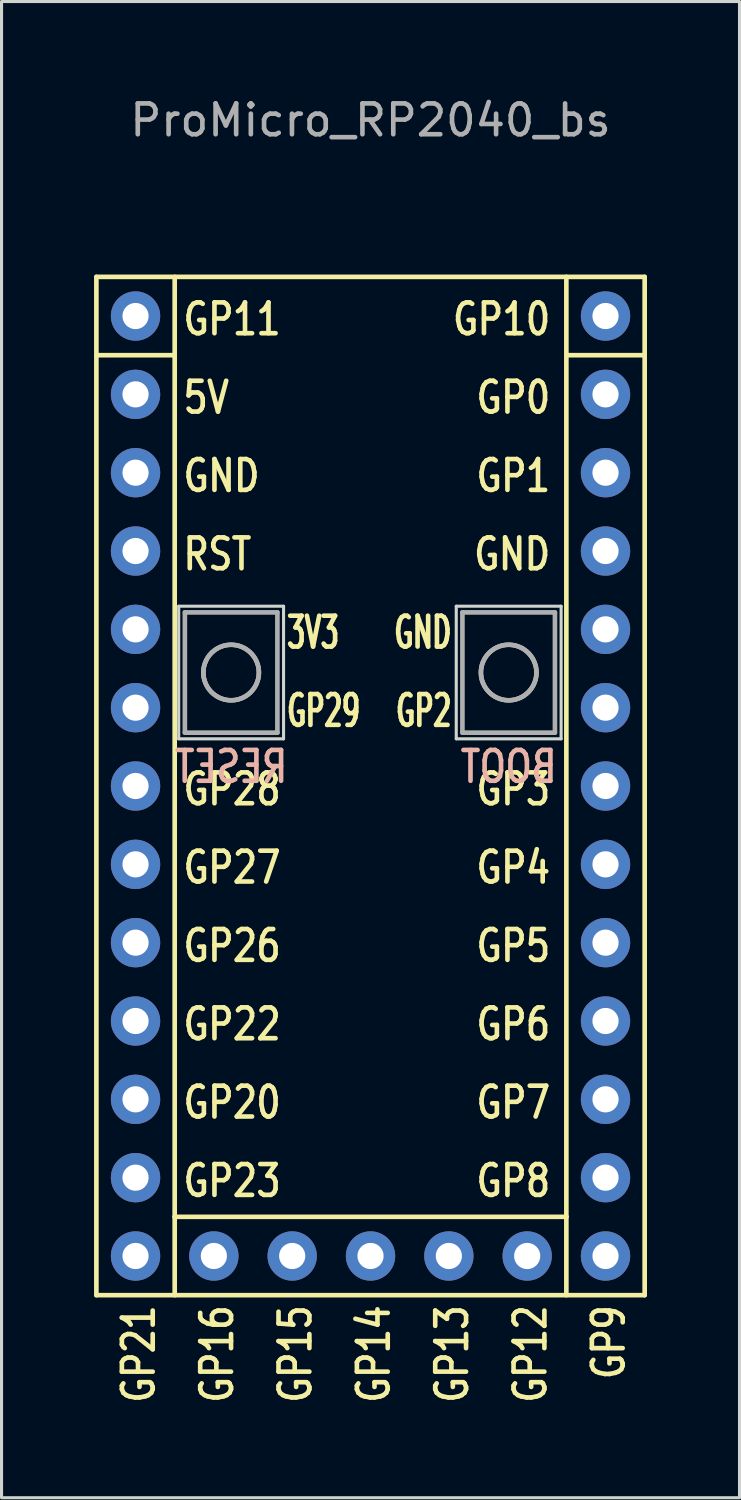
<source format=kicad_pcb>
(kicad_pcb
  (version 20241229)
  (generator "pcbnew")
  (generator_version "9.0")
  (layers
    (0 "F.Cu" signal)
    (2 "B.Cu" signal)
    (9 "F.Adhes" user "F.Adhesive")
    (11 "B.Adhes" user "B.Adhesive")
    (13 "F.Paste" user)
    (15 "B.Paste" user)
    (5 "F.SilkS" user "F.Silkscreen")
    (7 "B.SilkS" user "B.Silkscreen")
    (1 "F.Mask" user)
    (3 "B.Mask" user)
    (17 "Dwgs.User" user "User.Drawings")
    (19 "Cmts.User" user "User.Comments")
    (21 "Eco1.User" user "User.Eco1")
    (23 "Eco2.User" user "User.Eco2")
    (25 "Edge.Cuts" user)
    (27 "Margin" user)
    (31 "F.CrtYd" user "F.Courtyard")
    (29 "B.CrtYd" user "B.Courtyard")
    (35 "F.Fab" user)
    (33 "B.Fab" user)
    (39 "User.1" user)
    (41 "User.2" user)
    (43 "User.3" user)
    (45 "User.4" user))
  (footprint "ProMicro_RP2040_bs"
    (layer "F.Cu")
    (at 8.965 21.168)
    (property "Reference" "ProMicro_RP2040_bs" (at 0 -20.32 0) (unlocked yes) (layer "F.Fab") (effects (font (size 1 1) (thickness 0.15))))
    (attr through_hole)
    (fp_line (start -8.89 -15.24) (end -8.89 17.78) (stroke (width 0.15) (type default)) (layer "F.SilkS"))
    (fp_line (start -8.89 -15.24) (end 8.89 -15.24) (stroke (width 0.15) (type default)) (layer "F.SilkS"))
    (fp_line (start -8.89 -12.7) (end -6.35 -12.7) (stroke (width 0.15) (type default)) (layer "F.SilkS"))
    (fp_line (start -8.89 17.78) (end 8.89 17.78) (stroke (width 0.15) (type default)) (layer "F.SilkS"))
    (fp_line (start -6.35 -15.24) (end -6.35 15.24) (stroke (width 0.15) (type default)) (layer "F.SilkS"))
    (fp_line (start -6.35 15.24) (end -6.35 17.78) (stroke (width 0.15) (type default)) (layer "F.SilkS"))
    (fp_line (start -6.35 15.24) (end 6.35 15.24) (stroke (width 0.15) (type default)) (layer "F.SilkS"))
    (fp_line (start 6.35 -15.24) (end 6.35 15.24) (stroke (width 0.15) (type default)) (layer "F.SilkS"))
    (fp_line (start 6.35 -12.7) (end 8.89 -12.7) (stroke (width 0.15) (type default)) (layer "F.SilkS"))
    (fp_line (start 6.35 15.24) (end 6.35 17.78) (stroke (width 0.15) (type default)) (layer "F.SilkS"))
    (fp_line (start 8.89 17.78) (end 8.89 -15.24) (stroke (width 0.15) (type default)) (layer "F.SilkS"))
    (fp_line (start -6.22 -4.56) (end -6.22 -0.26) (stroke (width 0.1) (type solid)) (layer "Edge.Cuts"))
    (fp_line (start -6.22 -0.26) (end -2.82 -0.26) (stroke (width 0.1) (type solid)) (layer "Edge.Cuts"))
    (fp_line (start -2.82 -4.56) (end -6.22 -4.56) (stroke (width 0.1) (type solid)) (layer "Edge.Cuts"))
    (fp_line (start -2.82 -0.26) (end -2.82 -4.56) (stroke (width 0.1) (type solid)) (layer "Edge.Cuts"))
    (fp_line (start 2.78 -4.56) (end 2.78 -0.26) (stroke (width 0.1) (type solid)) (layer "Edge.Cuts"))
    (fp_line (start 2.78 -0.26) (end 6.18 -0.26) (stroke (width 0.1) (type solid)) (layer "Edge.Cuts"))
    (fp_line (start 6.18 -4.56) (end 2.78 -4.56) (stroke (width 0.1) (type solid)) (layer "Edge.Cuts"))
    (fp_line (start 6.18 -0.26) (end 6.18 -4.56) (stroke (width 0.1) (type solid)) (layer "Edge.Cuts"))
    (fp_line (start -6.02 -4.36) (end -6.02 -0.46) (stroke (width 0.15) (type solid)) (layer "F.Fab"))
    (fp_line (start -6.02 -0.46) (end -3.02 -0.46) (stroke (width 0.15) (type solid)) (layer "F.Fab"))
    (fp_line (start -5.42 -2.41) (end -5.419 -2.456) (stroke (width 0.15) (type solid)) (layer "F.Fab"))
    (fp_line (start -5.419 -2.456) (end -5.415 -2.502) (stroke (width 0.15) (type solid)) (layer "F.Fab"))
    (fp_line (start -5.419 -2.364) (end -5.42 -2.41) (stroke (width 0.15) (type solid)) (layer "F.Fab"))
    (fp_line (start -5.415 -2.502) (end -5.41 -2.547) (stroke (width 0.15) (type solid)) (layer "F.Fab"))
    (fp_line (start -5.415 -2.318) (end -5.419 -2.364) (stroke (width 0.15) (type solid)) (layer "F.Fab"))
    (fp_line (start -5.41 -2.547) (end -5.402 -2.591) (stroke (width 0.15) (type solid)) (layer "F.Fab"))
    (fp_line (start -5.41 -2.273) (end -5.415 -2.318) (stroke (width 0.15) (type solid)) (layer "F.Fab"))
    (fp_line (start -5.402 -2.591) (end -5.392 -2.635) (stroke (width 0.15) (type solid)) (layer "F.Fab"))
    (fp_line (start -5.402 -2.229) (end -5.41 -2.273) (stroke (width 0.15) (type solid)) (layer "F.Fab"))
    (fp_line (start -5.392 -2.635) (end -5.38 -2.678) (stroke (width 0.15) (type solid)) (layer "F.Fab"))
    (fp_line (start -5.392 -2.185) (end -5.402 -2.229) (stroke (width 0.15) (type solid)) (layer "F.Fab"))
    (fp_line (start -5.38 -2.678) (end -5.365 -2.719) (stroke (width 0.15) (type solid)) (layer "F.Fab"))
    (fp_line (start -5.38 -2.143) (end -5.392 -2.185) (stroke (width 0.15) (type solid)) (layer "F.Fab"))
    (fp_line (start -5.365 -2.719) (end -5.349 -2.76) (stroke (width 0.15) (type solid)) (layer "F.Fab"))
    (fp_line (start -5.365 -2.101) (end -5.38 -2.143) (stroke (width 0.15) (type solid)) (layer "F.Fab"))
    (fp_line (start -5.349 -2.76) (end -5.331 -2.8) (stroke (width 0.15) (type solid)) (layer "F.Fab"))
    (fp_line (start -5.349 -2.06) (end -5.365 -2.101) (stroke (width 0.15) (type solid)) (layer "F.Fab"))
    (fp_line (start -5.331 -2.8) (end -5.311 -2.839) (stroke (width 0.15) (type solid)) (layer "F.Fab"))
    (fp_line (start -5.331 -2.02) (end -5.349 -2.06) (stroke (width 0.15) (type solid)) (layer "F.Fab"))
    (fp_line (start -5.311 -2.839) (end -5.29 -2.877) (stroke (width 0.15) (type solid)) (layer "F.Fab"))
    (fp_line (start -5.311 -1.981) (end -5.331 -2.02) (stroke (width 0.15) (type solid)) (layer "F.Fab"))
    (fp_line (start -5.29 -2.877) (end -5.266 -2.913) (stroke (width 0.15) (type solid)) (layer "F.Fab"))
    (fp_line (start -5.29 -1.944) (end -5.311 -1.981) (stroke (width 0.15) (type solid)) (layer "F.Fab"))
    (fp_line (start -5.266 -2.913) (end -5.241 -2.948) (stroke (width 0.15) (type solid)) (layer "F.Fab"))
    (fp_line (start -5.266 -1.907) (end -5.29 -1.944) (stroke (width 0.15) (type solid)) (layer "F.Fab"))
    (fp_line (start -5.241 -2.948) (end -5.214 -2.982) (stroke (width 0.15) (type solid)) (layer "F.Fab"))
    (fp_line (start -5.241 -1.872) (end -5.266 -1.907) (stroke (width 0.15) (type solid)) (layer "F.Fab"))
    (fp_line (start -5.214 -2.982) (end -5.186 -3.015) (stroke (width 0.15) (type solid)) (layer "F.Fab"))
    (fp_line (start -5.214 -1.838) (end -5.241 -1.872) (stroke (width 0.15) (type solid)) (layer "F.Fab"))
    (fp_line (start -5.186 -3.015) (end -5.156 -3.046) (stroke (width 0.15) (type solid)) (layer "F.Fab"))
    (fp_line (start -5.186 -1.805) (end -5.214 -1.838) (stroke (width 0.15) (type solid)) (layer "F.Fab"))
    (fp_line (start -5.156 -3.046) (end -5.125 -3.076) (stroke (width 0.15) (type solid)) (layer "F.Fab"))
    (fp_line (start -5.156 -1.774) (end -5.186 -1.805) (stroke (width 0.15) (type solid)) (layer "F.Fab"))
    (fp_line (start -5.125 -3.076) (end -5.092 -3.104) (stroke (width 0.15) (type solid)) (layer "F.Fab"))
    (fp_line (start -5.125 -1.744) (end -5.156 -1.774) (stroke (width 0.15) (type solid)) (layer "F.Fab"))
    (fp_line (start -5.092 -3.104) (end -5.058 -3.131) (stroke (width 0.15) (type solid)) (layer "F.Fab"))
    (fp_line (start -5.092 -1.716) (end -5.125 -1.744) (stroke (width 0.15) (type solid)) (layer "F.Fab"))
    (fp_line (start -5.058 -3.131) (end -5.023 -3.156) (stroke (width 0.15) (type solid)) (layer "F.Fab"))
    (fp_line (start -5.058 -1.689) (end -5.092 -1.716) (stroke (width 0.15) (type solid)) (layer "F.Fab"))
    (fp_line (start -5.023 -3.156) (end -4.987 -3.18) (stroke (width 0.15) (type solid)) (layer "F.Fab"))
    (fp_line (start -5.023 -1.664) (end -5.058 -1.689) (stroke (width 0.15) (type solid)) (layer "F.Fab"))
    (fp_line (start -4.987 -3.18) (end -4.949 -3.201) (stroke (width 0.15) (type solid)) (layer "F.Fab"))
    (fp_line (start -4.987 -1.64) (end -5.023 -1.664) (stroke (width 0.15) (type solid)) (layer "F.Fab"))
    (fp_line (start -4.949 -3.201) (end -4.91 -3.221) (stroke (width 0.15) (type solid)) (layer "F.Fab"))
    (fp_line (start -4.949 -1.619) (end -4.987 -1.64) (stroke (width 0.15) (type solid)) (layer "F.Fab"))
    (fp_line (start -4.91 -3.221) (end -4.87 -3.239) (stroke (width 0.15) (type solid)) (layer "F.Fab"))
    (fp_line (start -4.91 -1.599) (end -4.949 -1.619) (stroke (width 0.15) (type solid)) (layer "F.Fab"))
    (fp_line (start -4.87 -3.239) (end -4.829 -3.255) (stroke (width 0.15) (type solid)) (layer "F.Fab"))
    (fp_line (start -4.87 -1.581) (end -4.91 -1.599) (stroke (width 0.15) (type solid)) (layer "F.Fab"))
    (fp_line (start -4.829 -3.255) (end -4.788 -3.27) (stroke (width 0.15) (type solid)) (layer "F.Fab"))
    (fp_line (start -4.829 -1.565) (end -4.87 -1.581) (stroke (width 0.15) (type solid)) (layer "F.Fab"))
    (fp_line (start -4.788 -3.27) (end -4.745 -3.282) (stroke (width 0.15) (type solid)) (layer "F.Fab"))
    (fp_line (start -4.788 -1.551) (end -4.829 -1.565) (stroke (width 0.15) (type solid)) (layer "F.Fab"))
    (fp_line (start -4.745 -3.282) (end -4.701 -3.292) (stroke (width 0.15) (type solid)) (layer "F.Fab"))
    (fp_line (start -4.745 -1.538) (end -4.788 -1.551) (stroke (width 0.15) (type solid)) (layer "F.Fab"))
    (fp_line (start -4.701 -3.292) (end -4.657 -3.3) (stroke (width 0.15) (type solid)) (layer "F.Fab"))
    (fp_line (start -4.701 -1.528) (end -4.745 -1.538) (stroke (width 0.15) (type solid)) (layer "F.Fab"))
    (fp_line (start -4.657 -3.3) (end -4.612 -3.305) (stroke (width 0.15) (type solid)) (layer "F.Fab"))
    (fp_line (start -4.657 -1.52) (end -4.701 -1.528) (stroke (width 0.15) (type solid)) (layer "F.Fab"))
    (fp_line (start -4.612 -3.305) (end -4.566 -3.309) (stroke (width 0.15) (type solid)) (layer "F.Fab"))
    (fp_line (start -4.612 -1.515) (end -4.657 -1.52) (stroke (width 0.15) (type solid)) (layer "F.Fab"))
    (fp_line (start -4.566 -3.309) (end -4.52 -3.31) (stroke (width 0.15) (type solid)) (layer "F.Fab"))
    (fp_line (start -4.566 -1.511) (end -4.612 -1.515) (stroke (width 0.15) (type solid)) (layer "F.Fab"))
    (fp_line (start -4.52 -3.31) (end -4.474 -3.309) (stroke (width 0.15) (type solid)) (layer "F.Fab"))
    (fp_line (start -4.52 -1.51) (end -4.566 -1.511) (stroke (width 0.15) (type solid)) (layer "F.Fab"))
    (fp_line (start -4.474 -3.309) (end -4.428 -3.305) (stroke (width 0.15) (type solid)) (layer "F.Fab"))
    (fp_line (start -4.474 -1.511) (end -4.52 -1.51) (stroke (width 0.15) (type solid)) (layer "F.Fab"))
    (fp_line (start -4.428 -3.305) (end -4.383 -3.3) (stroke (width 0.15) (type solid)) (layer "F.Fab"))
    (fp_line (start -4.428 -1.515) (end -4.474 -1.511) (stroke (width 0.15) (type solid)) (layer "F.Fab"))
    (fp_line (start -4.383 -3.3) (end -4.339 -3.292) (stroke (width 0.15) (type solid)) (layer "F.Fab"))
    (fp_line (start -4.383 -1.52) (end -4.428 -1.515) (stroke (width 0.15) (type solid)) (layer "F.Fab"))
    (fp_line (start -4.339 -3.292) (end -4.295 -3.282) (stroke (width 0.15) (type solid)) (layer "F.Fab"))
    (fp_line (start -4.339 -1.528) (end -4.383 -1.52) (stroke (width 0.15) (type solid)) (layer "F.Fab"))
    (fp_line (start -4.295 -3.282) (end -4.252 -3.27) (stroke (width 0.15) (type solid)) (layer "F.Fab"))
    (fp_line (start -4.295 -1.538) (end -4.339 -1.528) (stroke (width 0.15) (type solid)) (layer "F.Fab"))
    (fp_line (start -4.252 -3.27) (end -4.211 -3.255) (stroke (width 0.15) (type solid)) (layer "F.Fab"))
    (fp_line (start -4.252 -1.551) (end -4.295 -1.538) (stroke (width 0.15) (type solid)) (layer "F.Fab"))
    (fp_line (start -4.211 -3.255) (end -4.17 -3.239) (stroke (width 0.15) (type solid)) (layer "F.Fab"))
    (fp_line (start -4.211 -1.565) (end -4.252 -1.551) (stroke (width 0.15) (type solid)) (layer "F.Fab"))
    (fp_line (start -4.17 -3.239) (end -4.13 -3.221) (stroke (width 0.15) (type solid)) (layer "F.Fab"))
    (fp_line (start -4.17 -1.581) (end -4.211 -1.565) (stroke (width 0.15) (type solid)) (layer "F.Fab"))
    (fp_line (start -4.13 -3.221) (end -4.091 -3.201) (stroke (width 0.15) (type solid)) (layer "F.Fab"))
    (fp_line (start -4.13 -1.599) (end -4.17 -1.581) (stroke (width 0.15) (type solid)) (layer "F.Fab"))
    (fp_line (start -4.091 -3.201) (end -4.053 -3.18) (stroke (width 0.15) (type solid)) (layer "F.Fab"))
    (fp_line (start -4.091 -1.619) (end -4.13 -1.599) (stroke (width 0.15) (type solid)) (layer "F.Fab"))
    (fp_line (start -4.053 -3.18) (end -4.017 -3.156) (stroke (width 0.15) (type solid)) (layer "F.Fab"))
    (fp_line (start -4.053 -1.64) (end -4.091 -1.619) (stroke (width 0.15) (type solid)) (layer "F.Fab"))
    (fp_line (start -4.017 -3.156) (end -3.982 -3.131) (stroke (width 0.15) (type solid)) (layer "F.Fab"))
    (fp_line (start -4.017 -1.664) (end -4.053 -1.64) (stroke (width 0.15) (type solid)) (layer "F.Fab"))
    (fp_line (start -3.982 -3.131) (end -3.948 -3.104) (stroke (width 0.15) (type solid)) (layer "F.Fab"))
    (fp_line (start -3.982 -1.689) (end -4.017 -1.664) (stroke (width 0.15) (type solid)) (layer "F.Fab"))
    (fp_line (start -3.948 -3.104) (end -3.915 -3.076) (stroke (width 0.15) (type solid)) (layer "F.Fab"))
    (fp_line (start -3.948 -1.716) (end -3.982 -1.689) (stroke (width 0.15) (type solid)) (layer "F.Fab"))
    (fp_line (start -3.915 -3.076) (end -3.884 -3.046) (stroke (width 0.15) (type solid)) (layer "F.Fab"))
    (fp_line (start -3.915 -1.744) (end -3.948 -1.716) (stroke (width 0.15) (type solid)) (layer "F.Fab"))
    (fp_line (start -3.884 -3.046) (end -3.854 -3.015) (stroke (width 0.15) (type solid)) (layer "F.Fab"))
    (fp_line (start -3.884 -1.774) (end -3.915 -1.744) (stroke (width 0.15) (type solid)) (layer "F.Fab"))
    (fp_line (start -3.854 -3.015) (end -3.826 -2.982) (stroke (width 0.15) (type solid)) (layer "F.Fab"))
    (fp_line (start -3.854 -1.805) (end -3.884 -1.774) (stroke (width 0.15) (type solid)) (layer "F.Fab"))
    (fp_line (start -3.826 -2.982) (end -3.799 -2.948) (stroke (width 0.15) (type solid)) (layer "F.Fab"))
    (fp_line (start -3.826 -1.838) (end -3.854 -1.805) (stroke (width 0.15) (type solid)) (layer "F.Fab"))
    (fp_line (start -3.799 -2.948) (end -3.774 -2.913) (stroke (width 0.15) (type solid)) (layer "F.Fab"))
    (fp_line (start -3.799 -1.872) (end -3.826 -1.838) (stroke (width 0.15) (type solid)) (layer "F.Fab"))
    (fp_line (start -3.774 -2.913) (end -3.75 -2.877) (stroke (width 0.15) (type solid)) (layer "F.Fab"))
    (fp_line (start -3.774 -1.907) (end -3.799 -1.872) (stroke (width 0.15) (type solid)) (layer "F.Fab"))
    (fp_line (start -3.75 -2.877) (end -3.729 -2.839) (stroke (width 0.15) (type solid)) (layer "F.Fab"))
    (fp_line (start -3.75 -1.944) (end -3.774 -1.907) (stroke (width 0.15) (type solid)) (layer "F.Fab"))
    (fp_line (start -3.729 -2.839) (end -3.709 -2.8) (stroke (width 0.15) (type solid)) (layer "F.Fab"))
    (fp_line (start -3.729 -1.981) (end -3.75 -1.944) (stroke (width 0.15) (type solid)) (layer "F.Fab"))
    (fp_line (start -3.709 -2.8) (end -3.691 -2.76) (stroke (width 0.15) (type solid)) (layer "F.Fab"))
    (fp_line (start -3.709 -2.02) (end -3.729 -1.981) (stroke (width 0.15) (type solid)) (layer "F.Fab"))
    (fp_line (start -3.691 -2.76) (end -3.675 -2.719) (stroke (width 0.15) (type solid)) (layer "F.Fab"))
    (fp_line (start -3.691 -2.06) (end -3.709 -2.02) (stroke (width 0.15) (type solid)) (layer "F.Fab"))
    (fp_line (start -3.675 -2.719) (end -3.661 -2.678) (stroke (width 0.15) (type solid)) (layer "F.Fab"))
    (fp_line (start -3.675 -2.101) (end -3.691 -2.06) (stroke (width 0.15) (type solid)) (layer "F.Fab"))
    (fp_line (start -3.661 -2.678) (end -3.648 -2.635) (stroke (width 0.15) (type solid)) (layer "F.Fab"))
    (fp_line (start -3.661 -2.143) (end -3.675 -2.101) (stroke (width 0.15) (type solid)) (layer "F.Fab"))
    (fp_line (start -3.648 -2.635) (end -3.638 -2.591) (stroke (width 0.15) (type solid)) (layer "F.Fab"))
    (fp_line (start -3.648 -2.185) (end -3.661 -2.143) (stroke (width 0.15) (type solid)) (layer "F.Fab"))
    (fp_line (start -3.638 -2.591) (end -3.63 -2.547) (stroke (width 0.15) (type solid)) (layer "F.Fab"))
    (fp_line (start -3.638 -2.229) (end -3.648 -2.185) (stroke (width 0.15) (type solid)) (layer "F.Fab"))
    (fp_line (start -3.63 -2.547) (end -3.625 -2.502) (stroke (width 0.15) (type solid)) (layer "F.Fab"))
    (fp_line (start -3.63 -2.273) (end -3.638 -2.229) (stroke (width 0.15) (type solid)) (layer "F.Fab"))
    (fp_line (start -3.625 -2.502) (end -3.621 -2.456) (stroke (width 0.15) (type solid)) (layer "F.Fab"))
    (fp_line (start -3.625 -2.318) (end -3.63 -2.273) (stroke (width 0.15) (type solid)) (layer "F.Fab"))
    (fp_line (start -3.621 -2.456) (end -3.62 -2.41) (stroke (width 0.15) (type solid)) (layer "F.Fab"))
    (fp_line (start -3.621 -2.364) (end -3.625 -2.318) (stroke (width 0.15) (type solid)) (layer "F.Fab"))
    (fp_line (start -3.62 -2.41) (end -3.621 -2.364) (stroke (width 0.15) (type solid)) (layer "F.Fab"))
    (fp_line (start -3.02 -4.36) (end -6.02 -4.36) (stroke (width 0.15) (type solid)) (layer "F.Fab"))
    (fp_line (start -3.02 -0.46) (end -3.02 -4.36) (stroke (width 0.15) (type solid)) (layer "F.Fab"))
    (fp_line (start 2.98 -4.36) (end 2.98 -0.46) (stroke (width 0.15) (type solid)) (layer "F.Fab"))
    (fp_line (start 2.98 -0.46) (end 5.98 -0.46) (stroke (width 0.15) (type solid)) (layer "F.Fab"))
    (fp_line (start 3.58 -2.41) (end 3.581 -2.456) (stroke (width 0.15) (type solid)) (layer "F.Fab"))
    (fp_line (start 3.581 -2.456) (end 3.585 -2.502) (stroke (width 0.15) (type solid)) (layer "F.Fab"))
    (fp_line (start 3.581 -2.364) (end 3.58 -2.41) (stroke (width 0.15) (type solid)) (layer "F.Fab"))
    (fp_line (start 3.585 -2.502) (end 3.59 -2.547) (stroke (width 0.15) (type solid)) (layer "F.Fab"))
    (fp_line (start 3.585 -2.318) (end 3.581 -2.364) (stroke (width 0.15) (type solid)) (layer "F.Fab"))
    (fp_line (start 3.59 -2.547) (end 3.598 -2.591) (stroke (width 0.15) (type solid)) (layer "F.Fab"))
    (fp_line (start 3.59 -2.273) (end 3.585 -2.318) (stroke (width 0.15) (type solid)) (layer "F.Fab"))
    (fp_line (start 3.598 -2.591) (end 3.608 -2.635) (stroke (width 0.15) (type solid)) (layer "F.Fab"))
    (fp_line (start 3.598 -2.229) (end 3.59 -2.273) (stroke (width 0.15) (type solid)) (layer "F.Fab"))
    (fp_line (start 3.608 -2.635) (end 3.62 -2.678) (stroke (width 0.15) (type solid)) (layer "F.Fab"))
    (fp_line (start 3.608 -2.185) (end 3.598 -2.229) (stroke (width 0.15) (type solid)) (layer "F.Fab"))
    (fp_line (start 3.62 -2.678) (end 3.635 -2.719) (stroke (width 0.15) (type solid)) (layer "F.Fab"))
    (fp_line (start 3.62 -2.143) (end 3.608 -2.185) (stroke (width 0.15) (type solid)) (layer "F.Fab"))
    (fp_line (start 3.635 -2.719) (end 3.651 -2.76) (stroke (width 0.15) (type solid)) (layer "F.Fab"))
    (fp_line (start 3.635 -2.101) (end 3.62 -2.143) (stroke (width 0.15) (type solid)) (layer "F.Fab"))
    (fp_line (start 3.651 -2.76) (end 3.669 -2.8) (stroke (width 0.15) (type solid)) (layer "F.Fab"))
    (fp_line (start 3.651 -2.06) (end 3.635 -2.101) (stroke (width 0.15) (type solid)) (layer "F.Fab"))
    (fp_line (start 3.669 -2.8) (end 3.689 -2.839) (stroke (width 0.15) (type solid)) (layer "F.Fab"))
    (fp_line (start 3.669 -2.02) (end 3.651 -2.06) (stroke (width 0.15) (type solid)) (layer "F.Fab"))
    (fp_line (start 3.689 -2.839) (end 3.71 -2.877) (stroke (width 0.15) (type solid)) (layer "F.Fab"))
    (fp_line (start 3.689 -1.981) (end 3.669 -2.02) (stroke (width 0.15) (type solid)) (layer "F.Fab"))
    (fp_line (start 3.71 -2.877) (end 3.734 -2.913) (stroke (width 0.15) (type solid)) (layer "F.Fab"))
    (fp_line (start 3.71 -1.944) (end 3.689 -1.981) (stroke (width 0.15) (type solid)) (layer "F.Fab"))
    (fp_line (start 3.734 -2.913) (end 3.759 -2.948) (stroke (width 0.15) (type solid)) (layer "F.Fab"))
    (fp_line (start 3.734 -1.907) (end 3.71 -1.944) (stroke (width 0.15) (type solid)) (layer "F.Fab"))
    (fp_line (start 3.759 -2.948) (end 3.786 -2.982) (stroke (width 0.15) (type solid)) (layer "F.Fab"))
    (fp_line (start 3.759 -1.872) (end 3.734 -1.907) (stroke (width 0.15) (type solid)) (layer "F.Fab"))
    (fp_line (start 3.786 -2.982) (end 3.814 -3.015) (stroke (width 0.15) (type solid)) (layer "F.Fab"))
    (fp_line (start 3.786 -1.838) (end 3.759 -1.872) (stroke (width 0.15) (type solid)) (layer "F.Fab"))
    (fp_line (start 3.814 -3.015) (end 3.844 -3.046) (stroke (width 0.15) (type solid)) (layer "F.Fab"))
    (fp_line (start 3.814 -1.805) (end 3.786 -1.838) (stroke (width 0.15) (type solid)) (layer "F.Fab"))
    (fp_line (start 3.844 -3.046) (end 3.875 -3.076) (stroke (width 0.15) (type solid)) (layer "F.Fab"))
    (fp_line (start 3.844 -1.774) (end 3.814 -1.805) (stroke (width 0.15) (type solid)) (layer "F.Fab"))
    (fp_line (start 3.875 -3.076) (end 3.908 -3.104) (stroke (width 0.15) (type solid)) (layer "F.Fab"))
    (fp_line (start 3.875 -1.744) (end 3.844 -1.774) (stroke (width 0.15) (type solid)) (layer "F.Fab"))
    (fp_line (start 3.908 -3.104) (end 3.942 -3.131) (stroke (width 0.15) (type solid)) (layer "F.Fab"))
    (fp_line (start 3.908 -1.716) (end 3.875 -1.744) (stroke (width 0.15) (type solid)) (layer "F.Fab"))
    (fp_line (start 3.942 -3.131) (end 3.977 -3.156) (stroke (width 0.15) (type solid)) (layer "F.Fab"))
    (fp_line (start 3.942 -1.689) (end 3.908 -1.716) (stroke (width 0.15) (type solid)) (layer "F.Fab"))
    (fp_line (start 3.977 -3.156) (end 4.013 -3.18) (stroke (width 0.15) (type solid)) (layer "F.Fab"))
    (fp_line (start 3.977 -1.664) (end 3.942 -1.689) (stroke (width 0.15) (type solid)) (layer "F.Fab"))
    (fp_line (start 4.013 -3.18) (end 4.051 -3.201) (stroke (width 0.15) (type solid)) (layer "F.Fab"))
    (fp_line (start 4.013 -1.64) (end 3.977 -1.664) (stroke (width 0.15) (type solid)) (layer "F.Fab"))
    (fp_line (start 4.051 -3.201) (end 4.09 -3.221) (stroke (width 0.15) (type solid)) (layer "F.Fab"))
    (fp_line (start 4.051 -1.619) (end 4.013 -1.64) (stroke (width 0.15) (type solid)) (layer "F.Fab"))
    (fp_line (start 4.09 -3.221) (end 4.13 -3.239) (stroke (width 0.15) (type solid)) (layer "F.Fab"))
    (fp_line (start 4.09 -1.599) (end 4.051 -1.619) (stroke (width 0.15) (type solid)) (layer "F.Fab"))
    (fp_line (start 4.13 -3.239) (end 4.171 -3.255) (stroke (width 0.15) (type solid)) (layer "F.Fab"))
    (fp_line (start 4.13 -1.581) (end 4.09 -1.599) (stroke (width 0.15) (type solid)) (layer "F.Fab"))
    (fp_line (start 4.171 -3.255) (end 4.212 -3.27) (stroke (width 0.15) (type solid)) (layer "F.Fab"))
    (fp_line (start 4.171 -1.565) (end 4.13 -1.581) (stroke (width 0.15) (type solid)) (layer "F.Fab"))
    (fp_line (start 4.212 -3.27) (end 4.255 -3.282) (stroke (width 0.15) (type solid)) (layer "F.Fab"))
    (fp_line (start 4.212 -1.551) (end 4.171 -1.565) (stroke (width 0.15) (type solid)) (layer "F.Fab"))
    (fp_line (start 4.255 -3.282) (end 4.299 -3.292) (stroke (width 0.15) (type solid)) (layer "F.Fab"))
    (fp_line (start 4.255 -1.538) (end 4.212 -1.551) (stroke (width 0.15) (type solid)) (layer "F.Fab"))
    (fp_line (start 4.299 -3.292) (end 4.343 -3.3) (stroke (width 0.15) (type solid)) (layer "F.Fab"))
    (fp_line (start 4.299 -1.528) (end 4.255 -1.538) (stroke (width 0.15) (type solid)) (layer "F.Fab"))
    (fp_line (start 4.343 -3.3) (end 4.388 -3.305) (stroke (width 0.15) (type solid)) (layer "F.Fab"))
    (fp_line (start 4.343 -1.52) (end 4.299 -1.528) (stroke (width 0.15) (type solid)) (layer "F.Fab"))
    (fp_line (start 4.388 -3.305) (end 4.434 -3.309) (stroke (width 0.15) (type solid)) (layer "F.Fab"))
    (fp_line (start 4.388 -1.515) (end 4.343 -1.52) (stroke (width 0.15) (type solid)) (layer "F.Fab"))
    (fp_line (start 4.434 -3.309) (end 4.48 -3.31) (stroke (width 0.15) (type solid)) (layer "F.Fab"))
    (fp_line (start 4.434 -1.511) (end 4.388 -1.515) (stroke (width 0.15) (type solid)) (layer "F.Fab"))
    (fp_line (start 4.48 -3.31) (end 4.526 -3.309) (stroke (width 0.15) (type solid)) (layer "F.Fab"))
    (fp_line (start 4.48 -1.51) (end 4.434 -1.511) (stroke (width 0.15) (type solid)) (layer "F.Fab"))
    (fp_line (start 4.526 -3.309) (end 4.572 -3.305) (stroke (width 0.15) (type solid)) (layer "F.Fab"))
    (fp_line (start 4.526 -1.511) (end 4.48 -1.51) (stroke (width 0.15) (type solid)) (layer "F.Fab"))
    (fp_line (start 4.572 -3.305) (end 4.617 -3.3) (stroke (width 0.15) (type solid)) (layer "F.Fab"))
    (fp_line (start 4.572 -1.515) (end 4.526 -1.511) (stroke (width 0.15) (type solid)) (layer "F.Fab"))
    (fp_line (start 4.617 -3.3) (end 4.661 -3.292) (stroke (width 0.15) (type solid)) (layer "F.Fab"))
    (fp_line (start 4.617 -1.52) (end 4.572 -1.515) (stroke (width 0.15) (type solid)) (layer "F.Fab"))
    (fp_line (start 4.661 -3.292) (end 4.705 -3.282) (stroke (width 0.15) (type solid)) (layer "F.Fab"))
    (fp_line (start 4.661 -1.528) (end 4.617 -1.52) (stroke (width 0.15) (type solid)) (layer "F.Fab"))
    (fp_line (start 4.705 -3.282) (end 4.748 -3.27) (stroke (width 0.15) (type solid)) (layer "F.Fab"))
    (fp_line (start 4.705 -1.538) (end 4.661 -1.528) (stroke (width 0.15) (type solid)) (layer "F.Fab"))
    (fp_line (start 4.748 -3.27) (end 4.789 -3.255) (stroke (width 0.15) (type solid)) (layer "F.Fab"))
    (fp_line (start 4.748 -1.551) (end 4.705 -1.538) (stroke (width 0.15) (type solid)) (layer "F.Fab"))
    (fp_line (start 4.789 -3.255) (end 4.83 -3.239) (stroke (width 0.15) (type solid)) (layer "F.Fab"))
    (fp_line (start 4.789 -1.565) (end 4.748 -1.551) (stroke (width 0.15) (type solid)) (layer "F.Fab"))
    (fp_line (start 4.83 -3.239) (end 4.87 -3.221) (stroke (width 0.15) (type solid)) (layer "F.Fab"))
    (fp_line (start 4.83 -1.581) (end 4.789 -1.565) (stroke (width 0.15) (type solid)) (layer "F.Fab"))
    (fp_line (start 4.87 -3.221) (end 4.909 -3.201) (stroke (width 0.15) (type solid)) (layer "F.Fab"))
    (fp_line (start 4.87 -1.599) (end 4.83 -1.581) (stroke (width 0.15) (type solid)) (layer "F.Fab"))
    (fp_line (start 4.909 -3.201) (end 4.947 -3.18) (stroke (width 0.15) (type solid)) (layer "F.Fab"))
    (fp_line (start 4.909 -1.619) (end 4.87 -1.599) (stroke (width 0.15) (type solid)) (layer "F.Fab"))
    (fp_line (start 4.947 -3.18) (end 4.983 -3.156) (stroke (width 0.15) (type solid)) (layer "F.Fab"))
    (fp_line (start 4.947 -1.64) (end 4.909 -1.619) (stroke (width 0.15) (type solid)) (layer "F.Fab"))
    (fp_line (start 4.983 -3.156) (end 5.018 -3.131) (stroke (width 0.15) (type solid)) (layer "F.Fab"))
    (fp_line (start 4.983 -1.664) (end 4.947 -1.64) (stroke (width 0.15) (type solid)) (layer "F.Fab"))
    (fp_line (start 5.018 -3.131) (end 5.052 -3.104) (stroke (width 0.15) (type solid)) (layer "F.Fab"))
    (fp_line (start 5.018 -1.689) (end 4.983 -1.664) (stroke (width 0.15) (type solid)) (layer "F.Fab"))
    (fp_line (start 5.052 -3.104) (end 5.085 -3.076) (stroke (width 0.15) (type solid)) (layer "F.Fab"))
    (fp_line (start 5.052 -1.716) (end 5.018 -1.689) (stroke (width 0.15) (type solid)) (layer "F.Fab"))
    (fp_line (start 5.085 -3.076) (end 5.116 -3.046) (stroke (width 0.15) (type solid)) (layer "F.Fab"))
    (fp_line (start 5.085 -1.744) (end 5.052 -1.716) (stroke (width 0.15) (type solid)) (layer "F.Fab"))
    (fp_line (start 5.116 -3.046) (end 5.146 -3.015) (stroke (width 0.15) (type solid)) (layer "F.Fab"))
    (fp_line (start 5.116 -1.774) (end 5.085 -1.744) (stroke (width 0.15) (type solid)) (layer "F.Fab"))
    (fp_line (start 5.146 -3.015) (end 5.174 -2.982) (stroke (width 0.15) (type solid)) (layer "F.Fab"))
    (fp_line (start 5.146 -1.805) (end 5.116 -1.774) (stroke (width 0.15) (type solid)) (layer "F.Fab"))
    (fp_line (start 5.174 -2.982) (end 5.201 -2.948) (stroke (width 0.15) (type solid)) (layer "F.Fab"))
    (fp_line (start 5.174 -1.838) (end 5.146 -1.805) (stroke (width 0.15) (type solid)) (layer "F.Fab"))
    (fp_line (start 5.201 -2.948) (end 5.226 -2.913) (stroke (width 0.15) (type solid)) (layer "F.Fab"))
    (fp_line (start 5.201 -1.872) (end 5.174 -1.838) (stroke (width 0.15) (type solid)) (layer "F.Fab"))
    (fp_line (start 5.226 -2.913) (end 5.25 -2.877) (stroke (width 0.15) (type solid)) (layer "F.Fab"))
    (fp_line (start 5.226 -1.907) (end 5.201 -1.872) (stroke (width 0.15) (type solid)) (layer "F.Fab"))
    (fp_line (start 5.25 -2.877) (end 5.271 -2.839) (stroke (width 0.15) (type solid)) (layer "F.Fab"))
    (fp_line (start 5.25 -1.944) (end 5.226 -1.907) (stroke (width 0.15) (type solid)) (layer "F.Fab"))
    (fp_line (start 5.271 -2.839) (end 5.291 -2.8) (stroke (width 0.15) (type solid)) (layer "F.Fab"))
    (fp_line (start 5.271 -1.981) (end 5.25 -1.944) (stroke (width 0.15) (type solid)) (layer "F.Fab"))
    (fp_line (start 5.291 -2.8) (end 5.309 -2.76) (stroke (width 0.15) (type solid)) (layer "F.Fab"))
    (fp_line (start 5.291 -2.02) (end 5.271 -1.981) (stroke (width 0.15) (type solid)) (layer "F.Fab"))
    (fp_line (start 5.309 -2.76) (end 5.325 -2.719) (stroke (width 0.15) (type solid)) (layer "F.Fab"))
    (fp_line (start 5.309 -2.06) (end 5.291 -2.02) (stroke (width 0.15) (type solid)) (layer "F.Fab"))
    (fp_line (start 5.325 -2.719) (end 5.34 -2.678) (stroke (width 0.15) (type solid)) (layer "F.Fab"))
    (fp_line (start 5.325 -2.101) (end 5.309 -2.06) (stroke (width 0.15) (type solid)) (layer "F.Fab"))
    (fp_line (start 5.34 -2.678) (end 5.352 -2.635) (stroke (width 0.15) (type solid)) (layer "F.Fab"))
    (fp_line (start 5.34 -2.143) (end 5.325 -2.101) (stroke (width 0.15) (type solid)) (layer "F.Fab"))
    (fp_line (start 5.352 -2.635) (end 5.362 -2.591) (stroke (width 0.15) (type solid)) (layer "F.Fab"))
    (fp_line (start 5.352 -2.185) (end 5.34 -2.143) (stroke (width 0.15) (type solid)) (layer "F.Fab"))
    (fp_line (start 5.362 -2.591) (end 5.37 -2.547) (stroke (width 0.15) (type solid)) (layer "F.Fab"))
    (fp_line (start 5.362 -2.229) (end 5.352 -2.185) (stroke (width 0.15) (type solid)) (layer "F.Fab"))
    (fp_line (start 5.37 -2.547) (end 5.375 -2.502) (stroke (width 0.15) (type solid)) (layer "F.Fab"))
    (fp_line (start 5.37 -2.273) (end 5.362 -2.229) (stroke (width 0.15) (type solid)) (layer "F.Fab"))
    (fp_line (start 5.375 -2.502) (end 5.379 -2.456) (stroke (width 0.15) (type solid)) (layer "F.Fab"))
    (fp_line (start 5.375 -2.318) (end 5.37 -2.273) (stroke (width 0.15) (type solid)) (layer "F.Fab"))
    (fp_line (start 5.379 -2.456) (end 5.38 -2.41) (stroke (width 0.15) (type solid)) (layer "F.Fab"))
    (fp_line (start 5.379 -2.364) (end 5.375 -2.318) (stroke (width 0.15) (type solid)) (layer "F.Fab"))
    (fp_line (start 5.38 -2.41) (end 5.379 -2.364) (stroke (width 0.15) (type solid)) (layer "F.Fab"))
    (fp_line (start 5.98 -4.36) (end 2.98 -4.36) (stroke (width 0.15) (type solid)) (layer "F.Fab"))
    (fp_line (start 5.98 -0.46) (end 5.98 -4.36) (stroke (width 0.15) (type solid)) (layer "F.Fab"))
    (fp_text user "GP23" (at -6.15 14.658 0) (unlocked yes) (layer "F.SilkS") (effects (font (size 1 0.8) (thickness 0.15)) (justify left bottom)))
    (fp_text user "GP29" (at -0.25 -0.583 0) (unlocked yes) (layer "F.SilkS") (effects (font (size 1 0.6) (thickness 0.15)) (justify right bottom)))
    (fp_text user "GND" (at -6.15 -8.203 0) (unlocked yes) (layer "F.SilkS") (effects (font (size 1 0.8) (thickness 0.15)) (justify left bottom)))
    (fp_text user "GP28" (at -6.15 1.958 0) (unlocked yes) (layer "F.SilkS") (effects (font (size 1 0.8) (thickness 0.15)) (justify left bottom)))
    (fp_text user "GP16" (at -4.393 21.349 90) (unlocked yes) (layer "F.SilkS") (effects (font (size 1 0.8) (thickness 0.15) (bold yes)) (justify left bottom)))
    (fp_text user "GP13" (at 3.228 21.349 90) (unlocked yes) (layer "F.SilkS") (effects (font (size 1 0.8) (thickness 0.15) (bold yes)) (justify left bottom)))
    (fp_text user "GP14" (at 0.688 21.349 90) (unlocked yes) (layer "F.SilkS") (effects (font (size 1 0.8) (thickness 0.15) (bold yes)) (justify left bottom)))
    (fp_text user "GP8" (at 5.91 14.658 0) (unlocked yes) (layer "F.SilkS") (effects (font (size 1 0.8) (thickness 0.15)) (justify right bottom)))
    (fp_text user "GND" (at 2.71 -3.123 0) (unlocked yes) (layer "F.SilkS") (effects (font (size 1 0.6) (thickness 0.15)) (justify right bottom)))
    (fp_text user "GP21" (at -6.933 21.349 90) (unlocked yes) (layer "F.SilkS") (effects (font (size 1 0.8) (thickness 0.15) (bold yes)) (justify left bottom)))
    (fp_text user "GP10" (at 5.91 -13.283 0) (unlocked yes) (layer "F.SilkS") (effects (font (size 1 0.8) (thickness 0.15) (bold yes)) (justify right bottom)))
    (fp_text user "GP7" (at 5.91 12.117 0) (unlocked yes) (layer "F.SilkS") (effects (font (size 1 0.8) (thickness 0.15)) (justify right bottom)))
    (fp_text user "GP11" (at -6.15 -13.283 0) (unlocked yes) (layer "F.SilkS") (effects (font (size 1 0.8) (thickness 0.15)) (justify left bottom)))
    (fp_text user "GP27" (at -6.15 4.497 0) (unlocked yes) (layer "F.SilkS") (effects (font (size 1 0.8) (thickness 0.15)) (justify left bottom)))
    (fp_text user "GP1" (at 5.91 -8.203 0) (unlocked yes) (layer "F.SilkS") (effects (font (size 1 0.8) (thickness 0.15) (bold yes)) (justify right bottom)))
    (fp_text user "GP3" (at 5.91 1.958 0) (unlocked yes) (layer "F.SilkS") (effects (font (size 1 0.8) (thickness 0.15)) (justify right bottom)))
    (fp_text user "GP2" (at 2.71 -0.583 0) (unlocked yes) (layer "F.SilkS") (effects (font (size 1 0.6) (thickness 0.15)) (justify right bottom)))
    (fp_text user "5V" (at -6.15 -10.742 0) (unlocked yes) (layer "F.SilkS") (effects (font (size 1 0.8) (thickness 0.15)) (justify left bottom)))
    (fp_text user "GP15" (at -1.853 21.349 90) (unlocked yes) (layer "F.SilkS") (effects (font (size 1 0.8) (thickness 0.15) (bold yes)) (justify left bottom)))
    (fp_text user "GP20" (at -6.15 12.117 0) (unlocked yes) (layer "F.SilkS") (effects (font (size 1 0.8) (thickness 0.15)) (justify left bottom)))
    (fp_text user "GP6" (at 5.91 9.578 0) (unlocked yes) (layer "F.SilkS") (effects (font (size 1 0.8) (thickness 0.15)) (justify right bottom)))
    (fp_text user "GP26" (at -6.15 7.037 0) (unlocked yes) (layer "F.SilkS") (effects (font (size 1 0.8) (thickness 0.15)) (justify left bottom)))
    (fp_text user "GND" (at 5.91 -5.662 0) (unlocked yes) (layer "F.SilkS") (effects (font (size 1 0.8) (thickness 0.15) (bold yes)) (justify right bottom)))
    (fp_text user "GP0" (at 5.91 -10.742 0) (unlocked yes) (layer "F.SilkS") (effects (font (size 1 0.8) (thickness 0.15) (bold yes)) (justify right bottom)))
    (fp_text user "GP12" (at 5.768 21.349 90) (unlocked yes) (layer "F.SilkS") (effects (font (size 1 0.8) (thickness 0.15) (bold yes)) (justify left bottom)))
    (fp_text user "RST" (at -6.15 -5.662 0) (unlocked yes) (layer "F.SilkS") (effects (font (size 1 0.8) (thickness 0.15)) (justify left bottom)))
    (fp_text user "GP5" (at 5.91 7.037 0) (unlocked yes) (layer "F.SilkS") (effects (font (size 1 0.8) (thickness 0.15)) (justify right bottom)))
    (fp_text user "GP22" (at -6.15 9.578 0) (unlocked yes) (layer "F.SilkS") (effects (font (size 1 0.8) (thickness 0.15)) (justify left bottom)))
    (fp_text user "3V3" (at -0.936 -3.123 0) (unlocked yes) (layer "F.SilkS") (effects (font (size 1 0.6) (thickness 0.15)) (justify right bottom)))
    (fp_text user "GP4" (at 5.91 4.497 0) (unlocked yes) (layer "F.SilkS") (effects (font (size 1 0.8) (thickness 0.15)) (justify right bottom)))
    (fp_text user "GP9" (at 8.307 20.587 90) (unlocked yes) (layer "F.SilkS") (effects (font (size 1 0.8) (thickness 0.15) (bold yes)) (justify left bottom)))
    (fp_text user "BOOT" (at 4.48 1.23 0) (unlocked yes) (layer "B.SilkS") (effects (font (size 1 0.8) (thickness 0.15)) (justify bottom mirror)))
    (fp_text user "RESET" (at -4.52 1.23 0) (unlocked yes) (layer "B.SilkS") (effects (font (size 1 0.8) (thickness 0.15)) (justify bottom mirror)))
    (pad "0" thru_hole circle (at 7.62 -11.43) (size 1.6 1.6) (drill 0.85) (layers "*.Cu" "*.Mask"))
    (pad "1" thru_hole circle (at 7.62 -8.89) (size 1.6 1.6) (drill 0.85) (layers "*.Cu" "*.Mask"))
    (pad "2" thru_hole circle (at 7.62 -1.27) (size 1.6 1.6) (drill 0.85) (layers "*.Cu" "*.Mask"))
    (pad "3" thru_hole circle (at 7.62 1.27) (size 1.6 1.6) (drill 0.85) (layers "*.Cu" "*.Mask"))
    (pad "4" thru_hole circle (at 7.62 3.81) (size 1.6 1.6) (drill 0.85) (layers "*.Cu" "*.Mask"))
    (pad "5" thru_hole circle (at 7.62 6.35) (size 1.6 1.6) (drill 0.85) (layers "*.Cu" "*.Mask"))
    (pad "6" thru_hole circle (at 7.62 8.89) (size 1.6 1.6) (drill 0.85) (layers "*.Cu" "*.Mask"))
    (pad "7" thru_hole circle (at 7.62 11.43) (size 1.6 1.6) (drill 0.85) (layers "*.Cu" "*.Mask"))
    (pad "8" thru_hole circle (at 7.62 13.97) (size 1.6 1.6) (drill 0.85) (layers "*.Cu" "*.Mask"))
    (pad "9" thru_hole circle (at 7.62 16.51) (size 1.6 1.6) (drill 0.85) (layers "*.Cu" "*.Mask"))
    (pad "10" thru_hole circle (at 7.62 -13.97) (size 1.6 1.6) (drill 0.85) (layers "*.Cu" "*.Mask"))
    (pad "11" thru_hole circle (at -7.62 -13.97) (size 1.6 1.6) (drill 0.85) (layers "*.Cu" "*.Mask"))
    (pad "12" thru_hole circle (at 5.08 16.51) (size 1.6 1.6) (drill 0.85) (layers "*.Cu" "*.Mask"))
    (pad "13" thru_hole circle (at 2.54 16.51) (size 1.6 1.6) (drill 0.85) (layers "*.Cu" "*.Mask"))
    (pad "14" thru_hole circle (at 0 16.51) (size 1.6 1.6) (drill 0.85) (layers "*.Cu" "*.Mask"))
    (pad "15" thru_hole circle (at -2.54 16.51) (size 1.6 1.6) (drill 0.85) (layers "*.Cu" "*.Mask"))
    (pad "16" thru_hole circle (at -5.08 16.51) (size 1.6 1.6) (drill 0.85) (layers "*.Cu" "*.Mask"))
    (pad "20" thru_hole circle (at -7.62 11.43) (size 1.6 1.6) (drill 0.85) (layers "*.Cu" "*.Mask"))
    (pad "21" thru_hole circle (at -7.62 16.51) (size 1.6 1.6) (drill 0.85) (layers "*.Cu" "*.Mask"))
    (pad "22" thru_hole circle (at -7.62 8.89) (size 1.6 1.6) (drill 0.85) (layers "*.Cu" "*.Mask"))
    (pad "23" thru_hole circle (at -7.62 13.97) (size 1.6 1.6) (drill 0.85) (layers "*.Cu" "*.Mask"))
    (pad "26" thru_hole circle (at -7.62 6.35) (size 1.6 1.6) (drill 0.85) (layers "*.Cu" "*.Mask"))
    (pad "27" thru_hole circle (at -7.62 3.81) (size 1.6 1.6) (drill 0.85) (layers "*.Cu" "*.Mask"))
    (pad "28" thru_hole circle (at -7.62 1.27) (size 1.6 1.6) (drill 0.85) (layers "*.Cu" "*.Mask"))
    (pad "29" thru_hole circle (at -7.62 -1.27) (size 1.6 1.6) (drill 0.85) (layers "*.Cu" "*.Mask"))
    (pad "30" thru_hole circle (at -7.62 -3.81) (size 1.6 1.6) (drill 0.85) (layers "*.Cu" "*.Mask"))
    (pad "31" thru_hole circle (at -7.62 -6.35) (size 1.6 1.6) (drill 0.85) (layers "*.Cu" "*.Mask"))
    (pad "32" thru_hole circle (at -7.62 -8.89) (size 1.6 1.6) (drill 0.85) (layers "*.Cu" "*.Mask"))
    (pad "33" thru_hole circle (at -7.62 -11.43) (size 1.6 1.6) (drill 0.85) (layers "*.Cu" "*.Mask"))
    (pad "34" thru_hole circle (at 7.62 -6.35) (size 1.6 1.6) (drill 0.85) (layers "*.Cu" "*.Mask"))
    (pad "35" thru_hole circle (at 7.62 -3.81) (size 1.6 1.6) (drill 0.85) (layers "*.Cu" "*.Mask")))
  (gr_rect
    (start -3 -3)
    (end 20.93 45.517)
    (stroke (width 0.1) (type default))
    (fill no)
    (layer "Edge.Cuts")))
</source>
